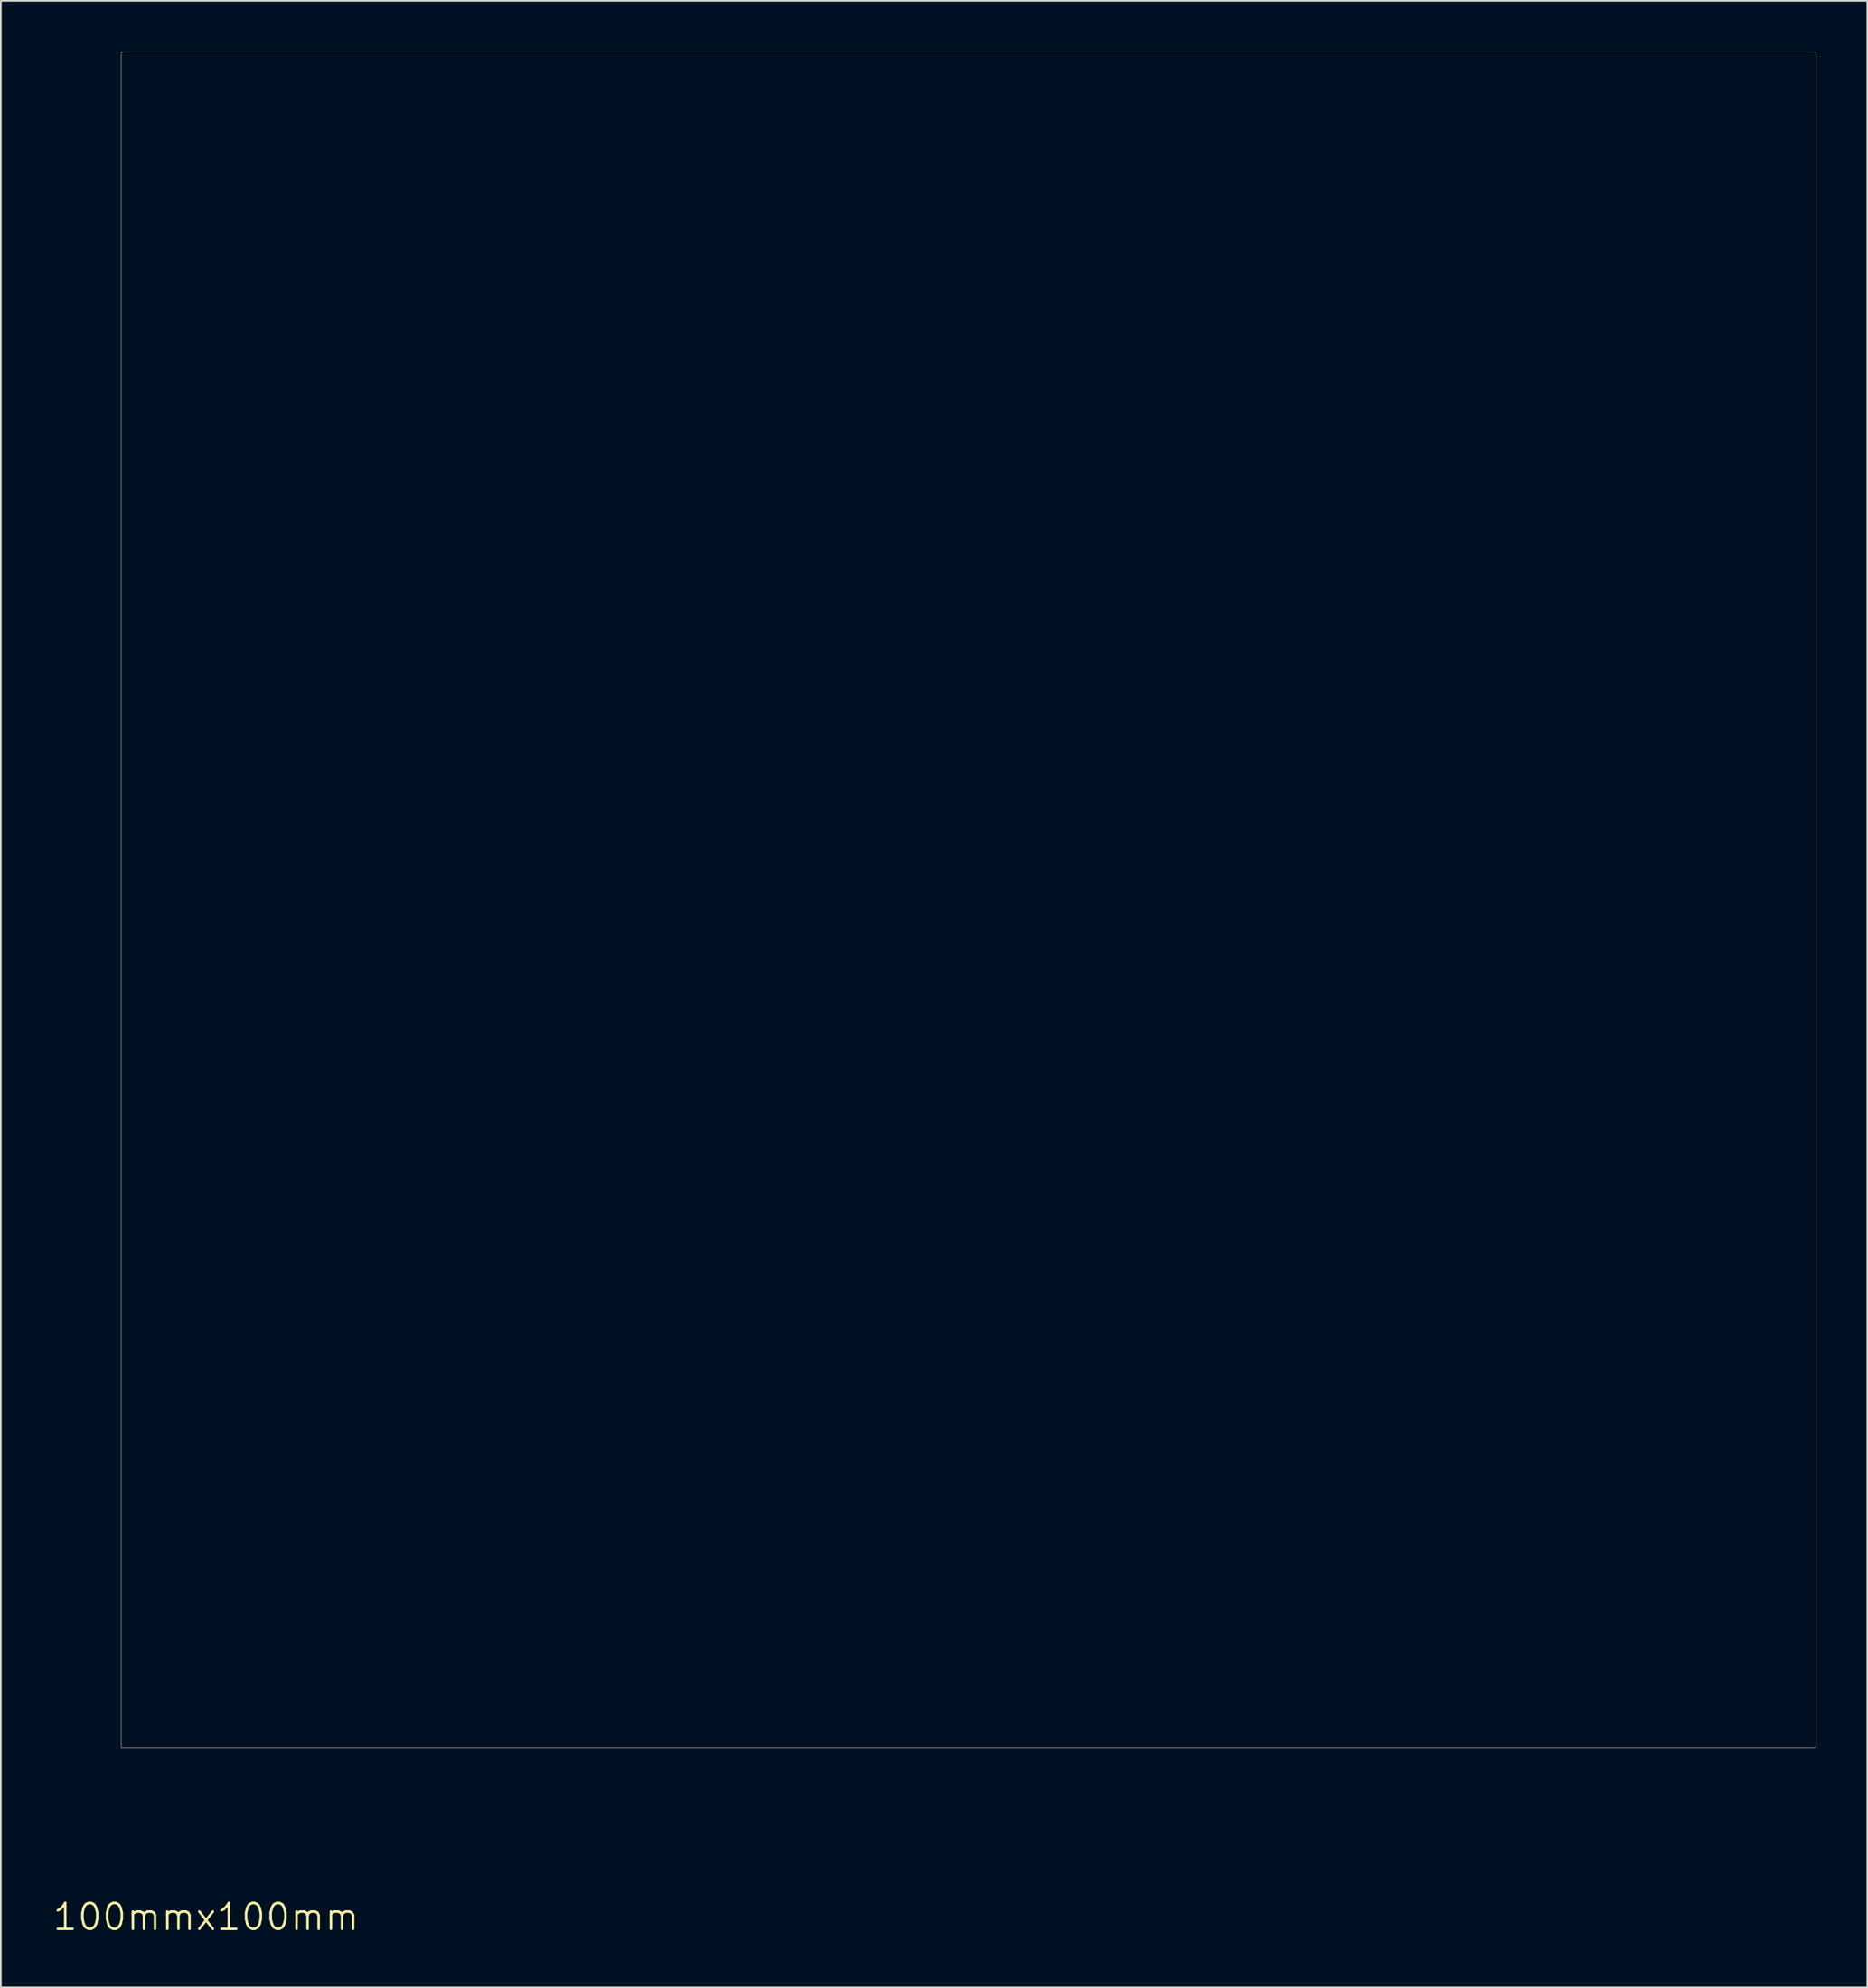
<source format=kicad_pcb>
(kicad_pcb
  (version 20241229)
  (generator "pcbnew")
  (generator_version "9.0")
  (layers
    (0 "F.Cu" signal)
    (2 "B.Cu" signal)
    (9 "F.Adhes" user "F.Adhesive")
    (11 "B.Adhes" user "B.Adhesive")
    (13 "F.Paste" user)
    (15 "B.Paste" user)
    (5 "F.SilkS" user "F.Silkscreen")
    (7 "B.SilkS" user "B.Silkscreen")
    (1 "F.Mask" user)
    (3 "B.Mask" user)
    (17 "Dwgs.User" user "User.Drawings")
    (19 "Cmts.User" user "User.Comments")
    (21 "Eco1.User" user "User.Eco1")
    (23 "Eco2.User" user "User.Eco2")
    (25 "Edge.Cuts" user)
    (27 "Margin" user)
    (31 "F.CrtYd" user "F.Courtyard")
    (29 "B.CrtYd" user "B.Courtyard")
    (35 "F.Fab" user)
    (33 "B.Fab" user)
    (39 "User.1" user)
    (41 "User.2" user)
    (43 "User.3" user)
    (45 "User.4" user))
  (footprint "100mmx100mm"
    (layer "F.Cu")
    (at 4.108 100.013)
    (property "Reference" "100mmx100mm" (at 5 10 0) (layer "F.SilkS") (effects (font (size 1.524 1.524) (thickness 0.15))))
    (attr through_hole)
    (fp_line (start 0 -100) (end 100 -100) (stroke (width 0.025) (type solid)) (layer "Edge.Cuts"))
    (fp_line (start 0 0) (end 0 -100) (stroke (width 0.025) (type solid)) (layer "Edge.Cuts"))
    (fp_line (start 0 0) (end 100 0) (stroke (width 0.025) (type solid)) (layer "Edge.Cuts"))
    (fp_line (start 100 -100) (end 100 0) (stroke (width 0.025) (type solid)) (layer "Edge.Cuts")))
  (gr_rect
    (start -3 -3)
    (end 107.12 114.167)
    (stroke (width 0.1) (type default))
    (fill no)
    (layer "Edge.Cuts")))
</source>
